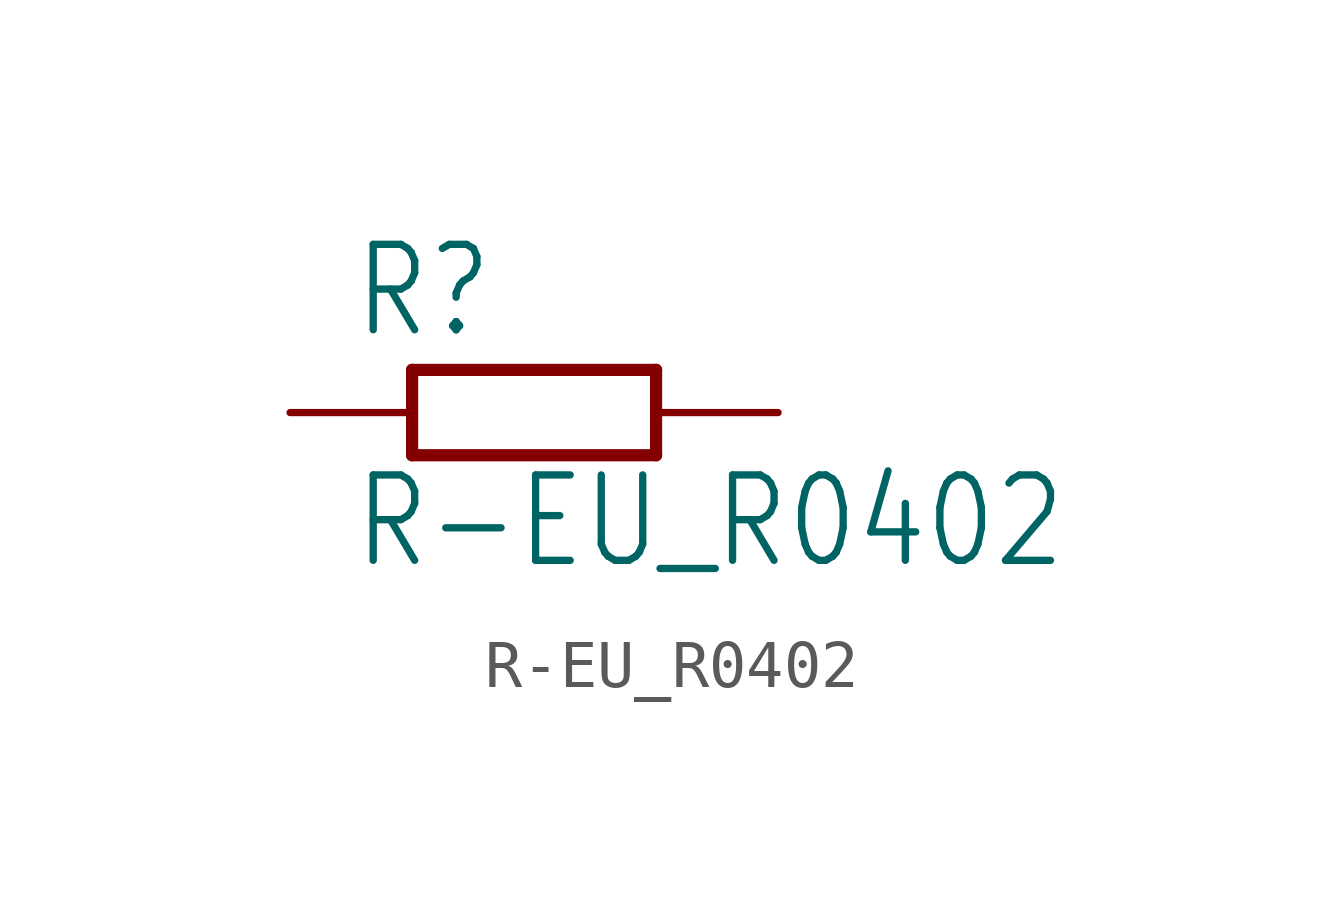
<source format=kicad_sym>
(kicad_symbol_lib
  (version 20211014)
  (generator kicad_symbol_editor)
  (symbol "R-EU_R0402"
    (property "Reference" "R"
      (at -3.81 1.499 0)
      (effects (font (size 1.778 1.511)) (justify left bottom)))
    (property "Value" "R-EU_R0402"
      (at -3.81 -3.302 0)
      (effects (font (size 1.778 1.511)) (justify left bottom)))
    (property "ki_locked" ""
      (at 0 0 0)
      (effects (font (size 1.27 1.27))))
    (symbol "R-EU_R0402_1_0"
      (polyline (pts (xy -2.54 -0.889) (xy -2.54 0.889)) (stroke (width 0.254) (type default) (color 0 0 0 0)) (fill (type none)))
      (polyline (pts (xy -2.54 -0.889) (xy 2.54 -0.889)) (stroke (width 0.254) (type default) (color 0 0 0 0)) (fill (type none)))
      (polyline (pts (xy 2.54 -0.889) (xy 2.54 0.889)) (stroke (width 0.254) (type default) (color 0 0 0 0)) (fill (type none)))
      (polyline (pts (xy 2.54 0.889) (xy -2.54 0.889)) (stroke (width 0.254) (type default) (color 0 0 0 0)) (fill (type none)))
      (pin passive line (at -5.08 0 0) (length 2.54) (name "1" (effects (font (size 0 0)))) (number "1" (effects (font (size 0 0)))))
      (pin passive line (at 5.08 0 180) (length 2.54) (name "2" (effects (font (size 0 0)))) (number "2" (effects (font (size 0 0))))))))
</source>
